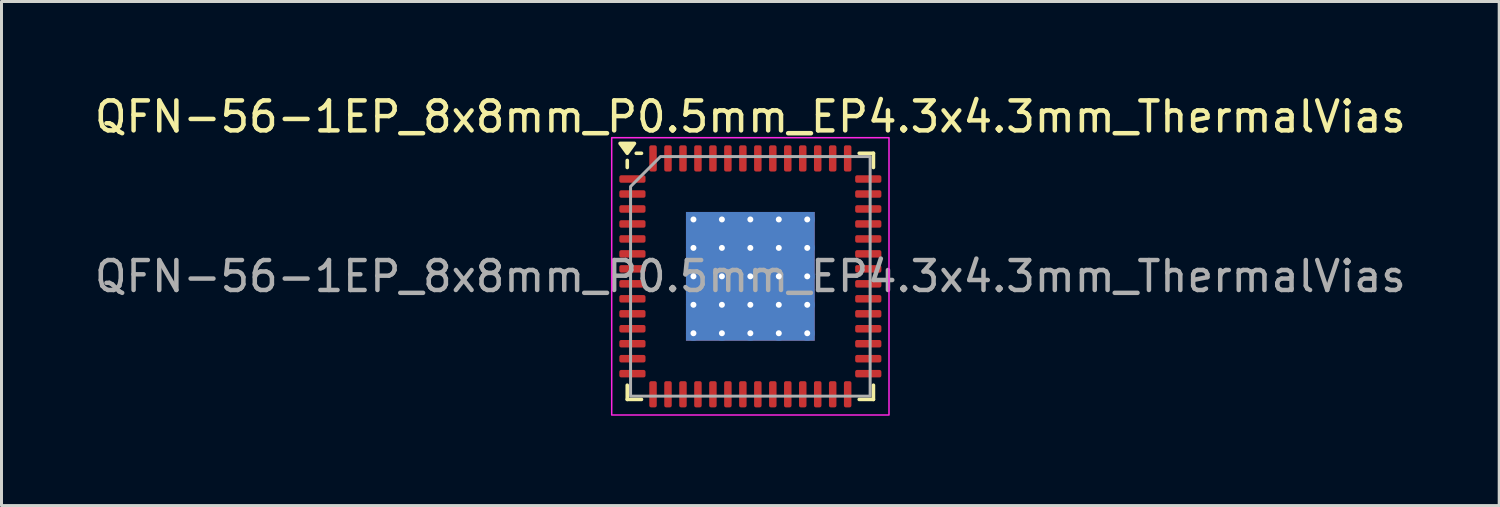
<source format=kicad_pcb>
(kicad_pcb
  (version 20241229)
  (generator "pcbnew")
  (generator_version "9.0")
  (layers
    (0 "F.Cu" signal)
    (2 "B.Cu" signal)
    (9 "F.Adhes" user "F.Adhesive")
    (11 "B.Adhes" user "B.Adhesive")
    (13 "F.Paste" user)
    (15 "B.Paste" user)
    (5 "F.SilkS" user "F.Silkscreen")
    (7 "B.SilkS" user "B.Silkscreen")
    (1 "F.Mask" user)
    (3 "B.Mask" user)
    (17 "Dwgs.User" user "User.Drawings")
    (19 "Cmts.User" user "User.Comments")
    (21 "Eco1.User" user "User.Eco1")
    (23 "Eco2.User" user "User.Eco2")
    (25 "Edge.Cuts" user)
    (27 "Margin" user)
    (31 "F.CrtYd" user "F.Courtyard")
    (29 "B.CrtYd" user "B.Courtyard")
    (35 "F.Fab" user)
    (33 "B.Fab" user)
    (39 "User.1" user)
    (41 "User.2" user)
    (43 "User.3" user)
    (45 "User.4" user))
  (footprint "QFN-56-1EP_8x8mm_P0.5mm_EP4.3x4.3mm_ThermalVias"
    (layer "F.Cu")
    (at 22.006 6.178)
    (property "Reference" "QFN-56-1EP_8x8mm_P0.5mm_EP4.3x4.3mm_ThermalVias" (at 0 -5.33 0) (layer "F.SilkS") (effects (font (size 1 1) (thickness 0.15))))
    (attr smd)
    (fp_line (start -4.11 -3.635) (end -4.11 -3.87) (stroke (width 0.12) (type solid)) (layer "F.SilkS"))
    (fp_line (start -4.11 4.11) (end -4.11 3.635) (stroke (width 0.12) (type solid)) (layer "F.SilkS"))
    (fp_line (start -3.635 -4.11) (end -3.81 -4.11) (stroke (width 0.12) (type solid)) (layer "F.SilkS"))
    (fp_line (start -3.635 4.11) (end -4.11 4.11) (stroke (width 0.12) (type solid)) (layer "F.SilkS"))
    (fp_line (start 3.635 -4.11) (end 4.11 -4.11) (stroke (width 0.12) (type solid)) (layer "F.SilkS"))
    (fp_line (start 3.635 4.11) (end 4.11 4.11) (stroke (width 0.12) (type solid)) (layer "F.SilkS"))
    (fp_line (start 4.11 -4.11) (end 4.11 -3.635) (stroke (width 0.12) (type solid)) (layer "F.SilkS"))
    (fp_line (start 4.11 4.11) (end 4.11 3.635) (stroke (width 0.12) (type solid)) (layer "F.SilkS"))
    (fp_poly (pts (xy -4.11 -4.11) (xy -4.35 -4.44) (xy -3.87 -4.44)) (stroke (width 0.12) (type solid)) (fill yes) (layer "F.SilkS"))
    (fp_rect (start -4.63 -4.63) (end 4.63 4.63) (stroke (width 0.05) (type solid)) (fill no) (layer "F.CrtYd"))
    (fp_poly (pts (xy -4 -3) (xy -4 4) (xy 4 4) (xy 4 -4) (xy -3 -4)) (stroke (width 0.1) (type solid)) (fill no) (layer "F.Fab"))
    (fp_text user "${REFERENCE}" (at 0 0 0) (layer "F.Fab") (effects (font (size 1 1) (thickness 0.15))))
    (pad "" smd custom (at -1.425 -1.425) (size 0.716 0.716) (layers "F.Paste") (options (anchor circle)) (primitives (gr_poly (pts (xy -0.299 -0.202) (xy -0.202 -0.299) (xy 0.202 -0.299) (xy 0.299 -0.202) (xy 0.299 0.202) (xy 0.202 0.299) (xy -0.202 0.299) (xy -0.299 0.202)) (width 0.234) (fill yes))))
    (pad "" smd custom (at -1.425 -0.475) (size 0.716 0.716) (layers "F.Paste") (options (anchor circle)) (primitives (gr_poly (pts (xy -0.299 -0.202) (xy -0.202 -0.299) (xy 0.202 -0.299) (xy 0.299 -0.202) (xy 0.299 0.202) (xy 0.202 0.299) (xy -0.202 0.299) (xy -0.299 0.202)) (width 0.234) (fill yes))))
    (pad "" smd custom (at -1.425 0.475) (size 0.716 0.716) (layers "F.Paste") (options (anchor circle)) (primitives (gr_poly (pts (xy -0.299 -0.202) (xy -0.202 -0.299) (xy 0.202 -0.299) (xy 0.299 -0.202) (xy 0.299 0.202) (xy 0.202 0.299) (xy -0.202 0.299) (xy -0.299 0.202)) (width 0.234) (fill yes))))
    (pad "" smd custom (at -1.425 1.425) (size 0.716 0.716) (layers "F.Paste") (options (anchor circle)) (primitives (gr_poly (pts (xy -0.299 -0.202) (xy -0.202 -0.299) (xy 0.202 -0.299) (xy 0.299 -0.202) (xy 0.299 0.202) (xy 0.202 0.299) (xy -0.202 0.299) (xy -0.299 0.202)) (width 0.234) (fill yes))))
    (pad "" smd custom (at -0.475 -1.425) (size 0.716 0.716) (layers "F.Paste") (options (anchor circle)) (primitives (gr_poly (pts (xy -0.299 -0.202) (xy -0.202 -0.299) (xy 0.202 -0.299) (xy 0.299 -0.202) (xy 0.299 0.202) (xy 0.202 0.299) (xy -0.202 0.299) (xy -0.299 0.202)) (width 0.234) (fill yes))))
    (pad "" smd custom (at -0.475 -0.475) (size 0.716 0.716) (layers "F.Paste") (options (anchor circle)) (primitives (gr_poly (pts (xy -0.299 -0.202) (xy -0.202 -0.299) (xy 0.202 -0.299) (xy 0.299 -0.202) (xy 0.299 0.202) (xy 0.202 0.299) (xy -0.202 0.299) (xy -0.299 0.202)) (width 0.234) (fill yes))))
    (pad "" smd custom (at -0.475 0.475) (size 0.716 0.716) (layers "F.Paste") (options (anchor circle)) (primitives (gr_poly (pts (xy -0.299 -0.202) (xy -0.202 -0.299) (xy 0.202 -0.299) (xy 0.299 -0.202) (xy 0.299 0.202) (xy 0.202 0.299) (xy -0.202 0.299) (xy -0.299 0.202)) (width 0.234) (fill yes))))
    (pad "" smd custom (at -0.475 1.425) (size 0.716 0.716) (layers "F.Paste") (options (anchor circle)) (primitives (gr_poly (pts (xy -0.299 -0.202) (xy -0.202 -0.299) (xy 0.202 -0.299) (xy 0.299 -0.202) (xy 0.299 0.202) (xy 0.202 0.299) (xy -0.202 0.299) (xy -0.299 0.202)) (width 0.234) (fill yes))))
    (pad "" smd custom (at 0.475 -1.425) (size 0.716 0.716) (layers "F.Paste") (options (anchor circle)) (primitives (gr_poly (pts (xy -0.299 -0.202) (xy -0.202 -0.299) (xy 0.202 -0.299) (xy 0.299 -0.202) (xy 0.299 0.202) (xy 0.202 0.299) (xy -0.202 0.299) (xy -0.299 0.202)) (width 0.234) (fill yes))))
    (pad "" smd custom (at 0.475 -0.475) (size 0.716 0.716) (layers "F.Paste") (options (anchor circle)) (primitives (gr_poly (pts (xy -0.299 -0.202) (xy -0.202 -0.299) (xy 0.202 -0.299) (xy 0.299 -0.202) (xy 0.299 0.202) (xy 0.202 0.299) (xy -0.202 0.299) (xy -0.299 0.202)) (width 0.234) (fill yes))))
    (pad "" smd custom (at 0.475 0.475) (size 0.716 0.716) (layers "F.Paste") (options (anchor circle)) (primitives (gr_poly (pts (xy -0.299 -0.202) (xy -0.202 -0.299) (xy 0.202 -0.299) (xy 0.299 -0.202) (xy 0.299 0.202) (xy 0.202 0.299) (xy -0.202 0.299) (xy -0.299 0.202)) (width 0.234) (fill yes))))
    (pad "" smd custom (at 0.475 1.425) (size 0.716 0.716) (layers "F.Paste") (options (anchor circle)) (primitives (gr_poly (pts (xy -0.299 -0.202) (xy -0.202 -0.299) (xy 0.202 -0.299) (xy 0.299 -0.202) (xy 0.299 0.202) (xy 0.202 0.299) (xy -0.202 0.299) (xy -0.299 0.202)) (width 0.234) (fill yes))))
    (pad "" smd custom (at 1.425 -1.425) (size 0.716 0.716) (layers "F.Paste") (options (anchor circle)) (primitives (gr_poly (pts (xy -0.299 -0.202) (xy -0.202 -0.299) (xy 0.202 -0.299) (xy 0.299 -0.202) (xy 0.299 0.202) (xy 0.202 0.299) (xy -0.202 0.299) (xy -0.299 0.202)) (width 0.234) (fill yes))))
    (pad "" smd custom (at 1.425 -0.475) (size 0.716 0.716) (layers "F.Paste") (options (anchor circle)) (primitives (gr_poly (pts (xy -0.299 -0.202) (xy -0.202 -0.299) (xy 0.202 -0.299) (xy 0.299 -0.202) (xy 0.299 0.202) (xy 0.202 0.299) (xy -0.202 0.299) (xy -0.299 0.202)) (width 0.234) (fill yes))))
    (pad "" smd custom (at 1.425 0.475) (size 0.716 0.716) (layers "F.Paste") (options (anchor circle)) (primitives (gr_poly (pts (xy -0.299 -0.202) (xy -0.202 -0.299) (xy 0.202 -0.299) (xy 0.299 -0.202) (xy 0.299 0.202) (xy 0.202 0.299) (xy -0.202 0.299) (xy -0.299 0.202)) (width 0.234) (fill yes))))
    (pad "" smd custom (at 1.425 1.425) (size 0.716 0.716) (layers "F.Paste") (options (anchor circle)) (primitives (gr_poly (pts (xy -0.299 -0.202) (xy -0.202 -0.299) (xy 0.202 -0.299) (xy 0.299 -0.202) (xy 0.299 0.202) (xy 0.202 0.299) (xy -0.202 0.299) (xy -0.299 0.202)) (width 0.234) (fill yes))))
    (pad "1" smd roundrect (at -3.938 -3.25) (size 0.875 0.25) (layers "F.Cu" "F.Mask" "F.Paste") (roundrect_rratio 0.25))
    (pad "2" smd roundrect (at -3.938 -2.75) (size 0.875 0.25) (layers "F.Cu" "F.Mask" "F.Paste") (roundrect_rratio 0.25))
    (pad "3" smd roundrect (at -3.938 -2.25) (size 0.875 0.25) (layers "F.Cu" "F.Mask" "F.Paste") (roundrect_rratio 0.25))
    (pad "4" smd roundrect (at -3.938 -1.75) (size 0.875 0.25) (layers "F.Cu" "F.Mask" "F.Paste") (roundrect_rratio 0.25))
    (pad "5" smd roundrect (at -3.938 -1.25) (size 0.875 0.25) (layers "F.Cu" "F.Mask" "F.Paste") (roundrect_rratio 0.25))
    (pad "6" smd roundrect (at -3.938 -0.75) (size 0.875 0.25) (layers "F.Cu" "F.Mask" "F.Paste") (roundrect_rratio 0.25))
    (pad "7" smd roundrect (at -3.938 -0.25) (size 0.875 0.25) (layers "F.Cu" "F.Mask" "F.Paste") (roundrect_rratio 0.25))
    (pad "8" smd roundrect (at -3.938 0.25) (size 0.875 0.25) (layers "F.Cu" "F.Mask" "F.Paste") (roundrect_rratio 0.25))
    (pad "9" smd roundrect (at -3.938 0.75) (size 0.875 0.25) (layers "F.Cu" "F.Mask" "F.Paste") (roundrect_rratio 0.25))
    (pad "10" smd roundrect (at -3.938 1.25) (size 0.875 0.25) (layers "F.Cu" "F.Mask" "F.Paste") (roundrect_rratio 0.25))
    (pad "11" smd roundrect (at -3.938 1.75) (size 0.875 0.25) (layers "F.Cu" "F.Mask" "F.Paste") (roundrect_rratio 0.25))
    (pad "12" smd roundrect (at -3.938 2.25) (size 0.875 0.25) (layers "F.Cu" "F.Mask" "F.Paste") (roundrect_rratio 0.25))
    (pad "13" smd roundrect (at -3.938 2.75) (size 0.875 0.25) (layers "F.Cu" "F.Mask" "F.Paste") (roundrect_rratio 0.25))
    (pad "14" smd roundrect (at -3.938 3.25) (size 0.875 0.25) (layers "F.Cu" "F.Mask" "F.Paste") (roundrect_rratio 0.25))
    (pad "15" smd roundrect (at -3.25 3.938) (size 0.25 0.875) (layers "F.Cu" "F.Mask" "F.Paste") (roundrect_rratio 0.25))
    (pad "16" smd roundrect (at -2.75 3.938) (size 0.25 0.875) (layers "F.Cu" "F.Mask" "F.Paste") (roundrect_rratio 0.25))
    (pad "17" smd roundrect (at -2.25 3.938) (size 0.25 0.875) (layers "F.Cu" "F.Mask" "F.Paste") (roundrect_rratio 0.25))
    (pad "18" smd roundrect (at -1.75 3.938) (size 0.25 0.875) (layers "F.Cu" "F.Mask" "F.Paste") (roundrect_rratio 0.25))
    (pad "19" smd roundrect (at -1.25 3.938) (size 0.25 0.875) (layers "F.Cu" "F.Mask" "F.Paste") (roundrect_rratio 0.25))
    (pad "20" smd roundrect (at -0.75 3.938) (size 0.25 0.875) (layers "F.Cu" "F.Mask" "F.Paste") (roundrect_rratio 0.25))
    (pad "21" smd roundrect (at -0.25 3.938) (size 0.25 0.875) (layers "F.Cu" "F.Mask" "F.Paste") (roundrect_rratio 0.25))
    (pad "22" smd roundrect (at 0.25 3.938) (size 0.25 0.875) (layers "F.Cu" "F.Mask" "F.Paste") (roundrect_rratio 0.25))
    (pad "23" smd roundrect (at 0.75 3.938) (size 0.25 0.875) (layers "F.Cu" "F.Mask" "F.Paste") (roundrect_rratio 0.25))
    (pad "24" smd roundrect (at 1.25 3.938) (size 0.25 0.875) (layers "F.Cu" "F.Mask" "F.Paste") (roundrect_rratio 0.25))
    (pad "25" smd roundrect (at 1.75 3.938) (size 0.25 0.875) (layers "F.Cu" "F.Mask" "F.Paste") (roundrect_rratio 0.25))
    (pad "26" smd roundrect (at 2.25 3.938) (size 0.25 0.875) (layers "F.Cu" "F.Mask" "F.Paste") (roundrect_rratio 0.25))
    (pad "27" smd roundrect (at 2.75 3.938) (size 0.25 0.875) (layers "F.Cu" "F.Mask" "F.Paste") (roundrect_rratio 0.25))
    (pad "28" smd roundrect (at 3.25 3.938) (size 0.25 0.875) (layers "F.Cu" "F.Mask" "F.Paste") (roundrect_rratio 0.25))
    (pad "29" smd roundrect (at 3.938 3.25) (size 0.875 0.25) (layers "F.Cu" "F.Mask" "F.Paste") (roundrect_rratio 0.25))
    (pad "30" smd roundrect (at 3.938 2.75) (size 0.875 0.25) (layers "F.Cu" "F.Mask" "F.Paste") (roundrect_rratio 0.25))
    (pad "31" smd roundrect (at 3.938 2.25) (size 0.875 0.25) (layers "F.Cu" "F.Mask" "F.Paste") (roundrect_rratio 0.25))
    (pad "32" smd roundrect (at 3.938 1.75) (size 0.875 0.25) (layers "F.Cu" "F.Mask" "F.Paste") (roundrect_rratio 0.25))
    (pad "33" smd roundrect (at 3.938 1.25) (size 0.875 0.25) (layers "F.Cu" "F.Mask" "F.Paste") (roundrect_rratio 0.25))
    (pad "34" smd roundrect (at 3.938 0.75) (size 0.875 0.25) (layers "F.Cu" "F.Mask" "F.Paste") (roundrect_rratio 0.25))
    (pad "35" smd roundrect (at 3.938 0.25) (size 0.875 0.25) (layers "F.Cu" "F.Mask" "F.Paste") (roundrect_rratio 0.25))
    (pad "36" smd roundrect (at 3.938 -0.25) (size 0.875 0.25) (layers "F.Cu" "F.Mask" "F.Paste") (roundrect_rratio 0.25))
    (pad "37" smd roundrect (at 3.938 -0.75) (size 0.875 0.25) (layers "F.Cu" "F.Mask" "F.Paste") (roundrect_rratio 0.25))
    (pad "38" smd roundrect (at 3.938 -1.25) (size 0.875 0.25) (layers "F.Cu" "F.Mask" "F.Paste") (roundrect_rratio 0.25))
    (pad "39" smd roundrect (at 3.938 -1.75) (size 0.875 0.25) (layers "F.Cu" "F.Mask" "F.Paste") (roundrect_rratio 0.25))
    (pad "40" smd roundrect (at 3.938 -2.25) (size 0.875 0.25) (layers "F.Cu" "F.Mask" "F.Paste") (roundrect_rratio 0.25))
    (pad "41" smd roundrect (at 3.938 -2.75) (size 0.875 0.25) (layers "F.Cu" "F.Mask" "F.Paste") (roundrect_rratio 0.25))
    (pad "42" smd roundrect (at 3.938 -3.25) (size 0.875 0.25) (layers "F.Cu" "F.Mask" "F.Paste") (roundrect_rratio 0.25))
    (pad "43" smd roundrect (at 3.25 -3.938) (size 0.25 0.875) (layers "F.Cu" "F.Mask" "F.Paste") (roundrect_rratio 0.25))
    (pad "44" smd roundrect (at 2.75 -3.938) (size 0.25 0.875) (layers "F.Cu" "F.Mask" "F.Paste") (roundrect_rratio 0.25))
    (pad "45" smd roundrect (at 2.25 -3.938) (size 0.25 0.875) (layers "F.Cu" "F.Mask" "F.Paste") (roundrect_rratio 0.25))
    (pad "46" smd roundrect (at 1.75 -3.938) (size 0.25 0.875) (layers "F.Cu" "F.Mask" "F.Paste") (roundrect_rratio 0.25))
    (pad "47" smd roundrect (at 1.25 -3.938) (size 0.25 0.875) (layers "F.Cu" "F.Mask" "F.Paste") (roundrect_rratio 0.25))
    (pad "48" smd roundrect (at 0.75 -3.938) (size 0.25 0.875) (layers "F.Cu" "F.Mask" "F.Paste") (roundrect_rratio 0.25))
    (pad "49" smd roundrect (at 0.25 -3.938) (size 0.25 0.875) (layers "F.Cu" "F.Mask" "F.Paste") (roundrect_rratio 0.25))
    (pad "50" smd roundrect (at -0.25 -3.938) (size 0.25 0.875) (layers "F.Cu" "F.Mask" "F.Paste") (roundrect_rratio 0.25))
    (pad "51" smd roundrect (at -0.75 -3.938) (size 0.25 0.875) (layers "F.Cu" "F.Mask" "F.Paste") (roundrect_rratio 0.25))
    (pad "52" smd roundrect (at -1.25 -3.938) (size 0.25 0.875) (layers "F.Cu" "F.Mask" "F.Paste") (roundrect_rratio 0.25))
    (pad "53" smd roundrect (at -1.75 -3.938) (size 0.25 0.875) (layers "F.Cu" "F.Mask" "F.Paste") (roundrect_rratio 0.25))
    (pad "54" smd roundrect (at -2.25 -3.938) (size 0.25 0.875) (layers "F.Cu" "F.Mask" "F.Paste") (roundrect_rratio 0.25))
    (pad "55" smd roundrect (at -2.75 -3.938) (size 0.25 0.875) (layers "F.Cu" "F.Mask" "F.Paste") (roundrect_rratio 0.25))
    (pad "56" smd roundrect (at -3.25 -3.938) (size 0.25 0.875) (layers "F.Cu" "F.Mask" "F.Paste") (roundrect_rratio 0.25))
    (pad "57" thru_hole circle (at -1.9 -1.9) (size 0.5 0.5) (drill 0.2) (property pad_prop_heatsink) (layers "*.Cu"))
    (pad "57" thru_hole circle (at -1.9 -0.95) (size 0.5 0.5) (drill 0.2) (property pad_prop_heatsink) (layers "*.Cu"))
    (pad "57" thru_hole circle (at -1.9 0) (size 0.5 0.5) (drill 0.2) (property pad_prop_heatsink) (layers "*.Cu"))
    (pad "57" thru_hole circle (at -1.9 0.95) (size 0.5 0.5) (drill 0.2) (property pad_prop_heatsink) (layers "*.Cu"))
    (pad "57" thru_hole circle (at -1.9 1.9) (size 0.5 0.5) (drill 0.2) (property pad_prop_heatsink) (layers "*.Cu"))
    (pad "57" thru_hole circle (at -0.95 -1.9) (size 0.5 0.5) (drill 0.2) (property pad_prop_heatsink) (layers "*.Cu"))
    (pad "57" thru_hole circle (at -0.95 -0.95) (size 0.5 0.5) (drill 0.2) (property pad_prop_heatsink) (layers "*.Cu"))
    (pad "57" thru_hole circle (at -0.95 0) (size 0.5 0.5) (drill 0.2) (property pad_prop_heatsink) (layers "*.Cu"))
    (pad "57" thru_hole circle (at -0.95 0.95) (size 0.5 0.5) (drill 0.2) (property pad_prop_heatsink) (layers "*.Cu"))
    (pad "57" thru_hole circle (at -0.95 1.9) (size 0.5 0.5) (drill 0.2) (property pad_prop_heatsink) (layers "*.Cu"))
    (pad "57" thru_hole circle (at 0 -1.9) (size 0.5 0.5) (drill 0.2) (property pad_prop_heatsink) (layers "*.Cu"))
    (pad "57" thru_hole circle (at 0 -0.95) (size 0.5 0.5) (drill 0.2) (property pad_prop_heatsink) (layers "*.Cu"))
    (pad "57" thru_hole circle (at 0 0) (size 0.5 0.5) (drill 0.2) (property pad_prop_heatsink) (layers "*.Cu"))
    (pad "57" smd rect (at 0 0) (size 4.3 4.3) (property pad_prop_heatsink) (layers "F.Cu" "F.Mask"))
    (pad "57" smd rect (at 0 0) (size 4.3 4.3) (property pad_prop_heatsink) (layers "B.Cu"))
    (pad "57" thru_hole circle (at 0 0.95) (size 0.5 0.5) (drill 0.2) (property pad_prop_heatsink) (layers "*.Cu"))
    (pad "57" thru_hole circle (at 0 1.9) (size 0.5 0.5) (drill 0.2) (property pad_prop_heatsink) (layers "*.Cu"))
    (pad "57" thru_hole circle (at 0.95 -1.9) (size 0.5 0.5) (drill 0.2) (property pad_prop_heatsink) (layers "*.Cu"))
    (pad "57" thru_hole circle (at 0.95 -0.95) (size 0.5 0.5) (drill 0.2) (property pad_prop_heatsink) (layers "*.Cu"))
    (pad "57" thru_hole circle (at 0.95 0) (size 0.5 0.5) (drill 0.2) (property pad_prop_heatsink) (layers "*.Cu"))
    (pad "57" thru_hole circle (at 0.95 0.95) (size 0.5 0.5) (drill 0.2) (property pad_prop_heatsink) (layers "*.Cu"))
    (pad "57" thru_hole circle (at 0.95 1.9) (size 0.5 0.5) (drill 0.2) (property pad_prop_heatsink) (layers "*.Cu"))
    (pad "57" thru_hole circle (at 1.9 -1.9) (size 0.5 0.5) (drill 0.2) (property pad_prop_heatsink) (layers "*.Cu"))
    (pad "57" thru_hole circle (at 1.9 -0.95) (size 0.5 0.5) (drill 0.2) (property pad_prop_heatsink) (layers "*.Cu"))
    (pad "57" thru_hole circle (at 1.9 0) (size 0.5 0.5) (drill 0.2) (property pad_prop_heatsink) (layers "*.Cu"))
    (pad "57" thru_hole circle (at 1.9 0.95) (size 0.5 0.5) (drill 0.2) (property pad_prop_heatsink) (layers "*.Cu"))
    (pad "57" thru_hole circle (at 1.9 1.9) (size 0.5 0.5) (drill 0.2) (property pad_prop_heatsink) (layers "*.Cu")))
  (gr_rect
    (start -3 -3)
    (end 47.012 13.833)
    (stroke (width 0.1) (type default))
    (fill no)
    (layer "Edge.Cuts")))
</source>
